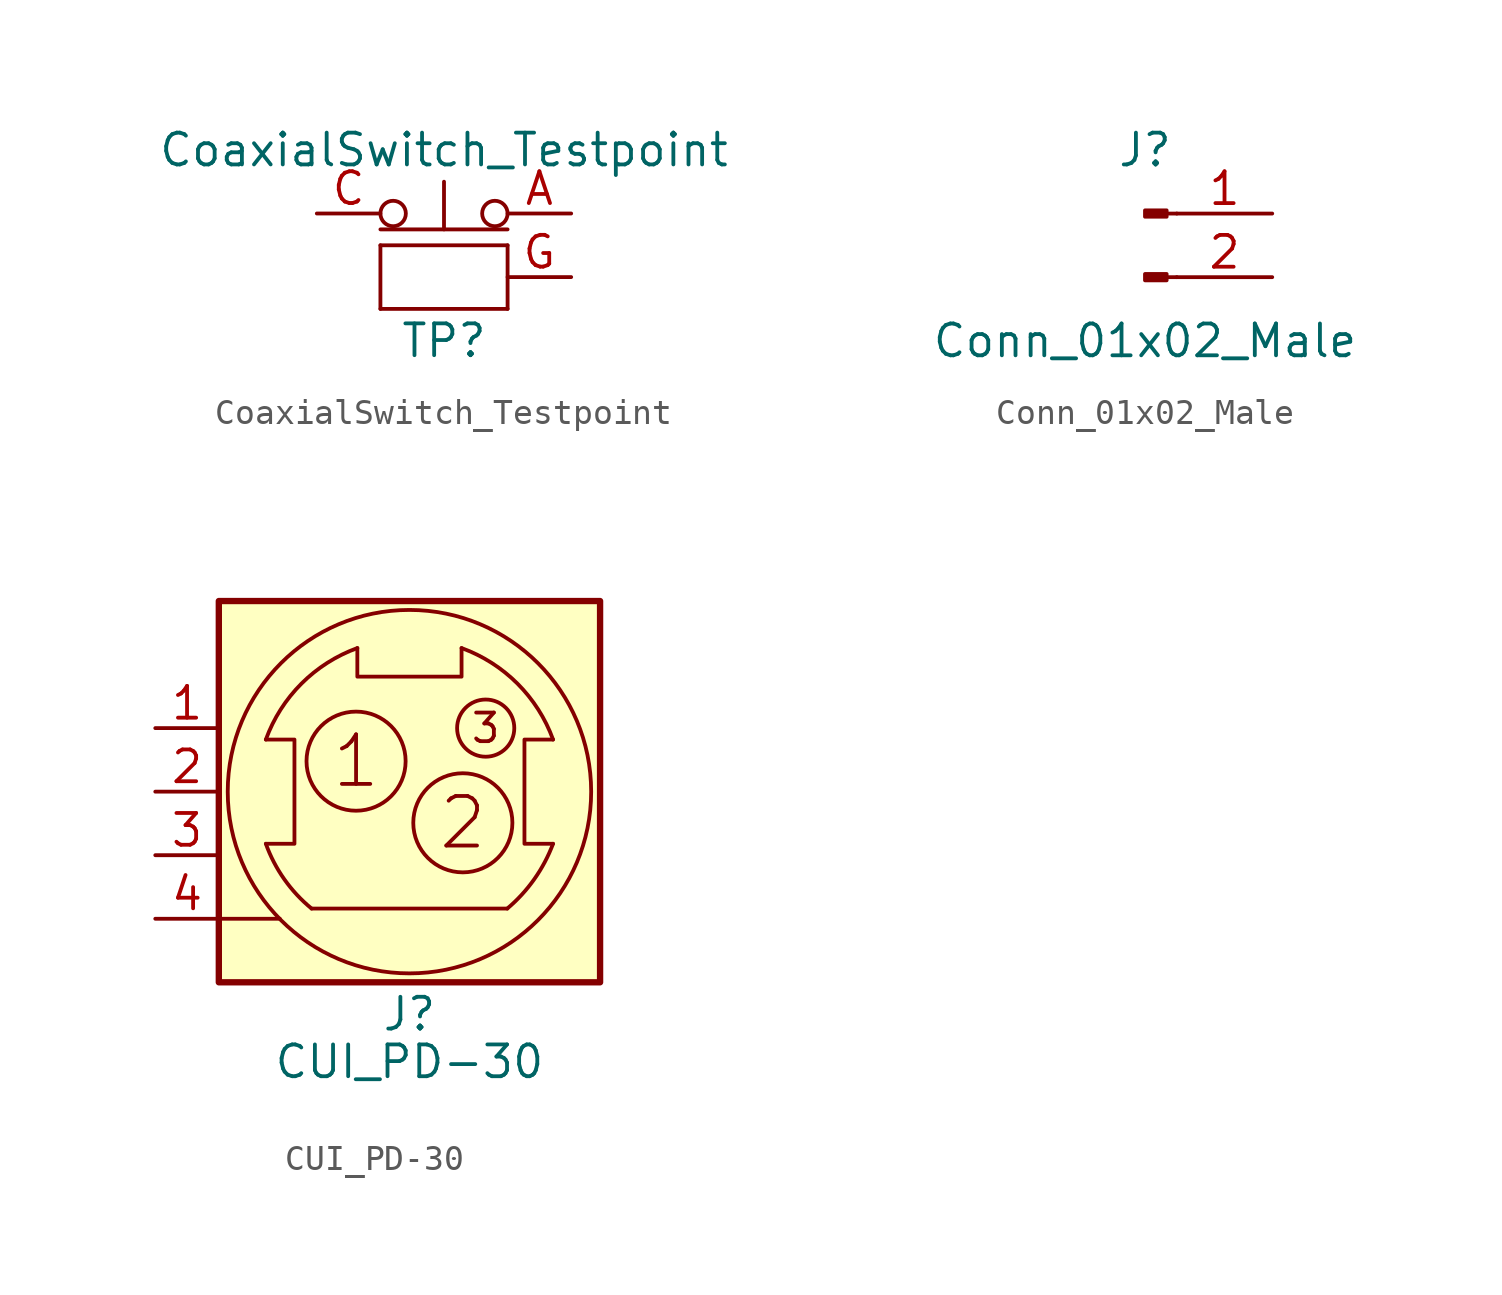
<source format=kicad_sym>
(kicad_symbol_lib
  (version 20211014)
  (generator kicad_symbol_editor)
  (symbol "CoaxialSwitch_Testpoint"
    (pin_names
      (offset 1.016) hide)
    (property "Reference" "TP"
      (at 0 -3.81 0)
      (effects (font (size 1.27 1.27))))
    (property "Value" "CoaxialSwitch_Testpoint"
      (at 0 3.81 0)
      (effects (font (size 1.27 1.27))))
    (symbol "CoaxialSwitch_Testpoint_0_1"
      (rectangle (start -2.54 -2.54) (end 2.54 -2.54) (stroke (width 0) (type default) (color 0 0 0 0)) (fill (type none)))
      (rectangle (start -2.54 0) (end -2.54 -2.54) (stroke (width 0) (type default) (color 0 0 0 0)) (fill (type none)))
      (rectangle (start 2.54 0) (end -2.54 0) (stroke (width 0) (type default) (color 0 0 0 0)) (fill (type none)))
      (rectangle (start 2.54 0) (end 2.54 -2.54) (stroke (width 0) (type default) (color 0 0 0 0)) (fill (type none))))
    (symbol "CoaxialSwitch_Testpoint_1_1"
      (circle (center -2.032 1.27) (radius 0.508) (stroke (width 0) (type default) (color 0 0 0 0)) (fill (type none)))
      (polyline (pts (xy -2.54 0.635) (xy 2.54 0.635)) (stroke (width 0) (type default) (color 0 0 0 0)) (fill (type none)))
      (polyline (pts (xy 0 0.635) (xy 0 2.54)) (stroke (width 0) (type default) (color 0 0 0 0)) (fill (type none)))
      (circle (center 2.032 1.27) (radius 0.508) (stroke (width 0) (type default) (color 0 0 0 0)) (fill (type none)))
      (pin passive line (at 5.08 1.27 180) (length 2.54) (name "A" (effects (font (size 1.27 1.27)))) (number "A" (effects (font (size 1.27 1.27)))))
      (pin passive line (at -5.08 1.27 0) (length 2.54) (name "C" (effects (font (size 1.27 1.27)))) (number "C" (effects (font (size 1.27 1.27)))))
      (pin passive line (at 5.08 -1.27 180) (length 2.54) (name "G" (effects (font (size 1.27 1.27)))) (number "G" (effects (font (size 1.27 1.27)))))))
  (symbol "Conn_01x02_Male"
    (pin_names
      (offset 1.016) hide)
    (property "Reference" "J"
      (at 0 2.54 0)
      (effects (font (size 1.27 1.27))))
    (property "Value" "Conn_01x02_Male"
      (at 0 -5.08 0)
      (effects (font (size 1.27 1.27))))
    (symbol "Conn_01x02_Male_1_1"
      (polyline (pts (xy 1.27 -2.54) (xy 0.864 -2.54)) (stroke (width 0.152) (type default) (color 0 0 0 0)) (fill (type none)))
      (polyline (pts (xy 1.27 0) (xy 0.864 0)) (stroke (width 0.152) (type default) (color 0 0 0 0)) (fill (type none)))
      (rectangle (start 0.864 -2.413) (end 0 -2.667) (stroke (width 0.152) (type default) (color 0 0 0 0)) (fill (type outline)))
      (rectangle (start 0.864 0.127) (end 0 -0.127) (stroke (width 0.152) (type default) (color 0 0 0 0)) (fill (type outline)))
      (pin passive line (at 5.08 0 180) (length 3.81) (name "Pin_1" (effects (font (size 1.27 1.27)))) (number "1" (effects (font (size 1.27 1.27)))))
      (pin passive line (at 5.08 -2.54 180) (length 3.81) (name "Pin_2" (effects (font (size 1.27 1.27)))) (number "2" (effects (font (size 1.27 1.27)))))))
  (symbol "CUI_PD-30"
    (pin_names
      (offset 1.016) hide)
    (property "Reference" "J"
      (at 0 -8.89 0)
      (effects (font (size 1.27 1.27))))
    (property "Value" "CUI_PD-30"
      (at 0 -10.795 0)
      (effects (font (size 1.27 1.27))))
    (symbol "CUI_PD-30_0_1"
      (rectangle (start -7.62 -7.62) (end 7.62 7.62) (stroke (width 0.254) (type default) (color 0 0 0 0)) (fill (type background)))
      (arc (start -5.7404 -2.0828) (mid -5.0018 -3.5032) (end -3.9116 -4.6736) (stroke (width 0) (type default) (color 0 0 0 0)) (fill (type none)))
      (circle (center -2.134 1.219) (radius 1.981) (stroke (width 0) (type default) (color 0 0 0 0)) (fill (type none)))
      (arc (start -2.0828 5.7404) (mid -4.318 4.318) (end -5.7404 2.0828) (stroke (width 0) (type default) (color 0 0 0 0)) (fill (type none)))
      (polyline (pts (xy -7.62 -5.08) (xy -5.182 -5.08)) (stroke (width 0) (type default) (color 0 0 0 0)) (fill (type none)))
      (polyline (pts (xy -3.912 -4.674) (xy 3.912 -4.674)) (stroke (width 0) (type default) (color 0 0 0 0)) (fill (type none)))
      (polyline (pts (xy -5.74 2.083) (xy -4.597 2.083) (xy -4.597 -2.083) (xy -5.74 -2.083)) (stroke (width 0) (type default) (color 0 0 0 0)) (fill (type none)))
      (polyline (pts (xy 2.083 5.74) (xy 2.083 4.597) (xy -2.083 4.597) (xy -2.083 5.74)) (stroke (width 0) (type default) (color 0 0 0 0)) (fill (type none)))
      (polyline (pts (xy 5.74 -2.083) (xy 4.597 -2.083) (xy 4.597 2.083) (xy 5.74 2.083)) (stroke (width 0) (type default) (color 0 0 0 0)) (fill (type none)))
      (circle (center 0 0) (radius 7.264) (stroke (width 0) (type default) (color 0 0 0 0)) (fill (type none)))
      (circle (center 2.134 -1.245) (radius 1.981) (stroke (width 0) (type default) (color 0 0 0 0)) (fill (type none)))
      (circle (center 3.048 2.54) (radius 1.143) (stroke (width 0) (type default) (color 0 0 0 0)) (fill (type none)))
      (arc (start 3.9116 -4.6736) (mid 4.9919 -3.4963) (end 5.7404 -2.0828) (stroke (width 0) (type default) (color 0 0 0 0)) (fill (type none)))
      (arc (start 5.7404 2.0828) (mid 4.318 4.318) (end 2.0828 5.7404) (stroke (width 0) (type default) (color 0 0 0 0)) (fill (type none)))
      (text "1" (at -2.134 1.219 0) (effects (font (size 1.981 1.981))))
      (text "2" (at 2.134 -1.245 0) (effects (font (size 1.981 1.981))))
      (text "3" (at 3.048 2.54 0) (effects (font (size 1.143 1.143)))))
    (symbol "CUI_PD-30_1_1"
      (pin passive line (at -10.16 2.54 0) (length 2.54) (name "1" (effects (font (size 1.27 1.27)))) (number "1" (effects (font (size 1.27 1.27)))))
      (pin passive line (at -10.16 0 0) (length 2.54) (name "2" (effects (font (size 1.27 1.27)))) (number "2" (effects (font (size 1.27 1.27)))))
      (pin passive line (at -10.16 -2.54 0) (length 2.54) (name "3" (effects (font (size 1.27 1.27)))) (number "3" (effects (font (size 1.27 1.27)))))
      (pin passive line (at -10.16 -5.08 0) (length 2.54) (name "Shield" (effects (font (size 1.27 1.27)))) (number "4" (effects (font (size 1.27 1.27))))))))
</source>
